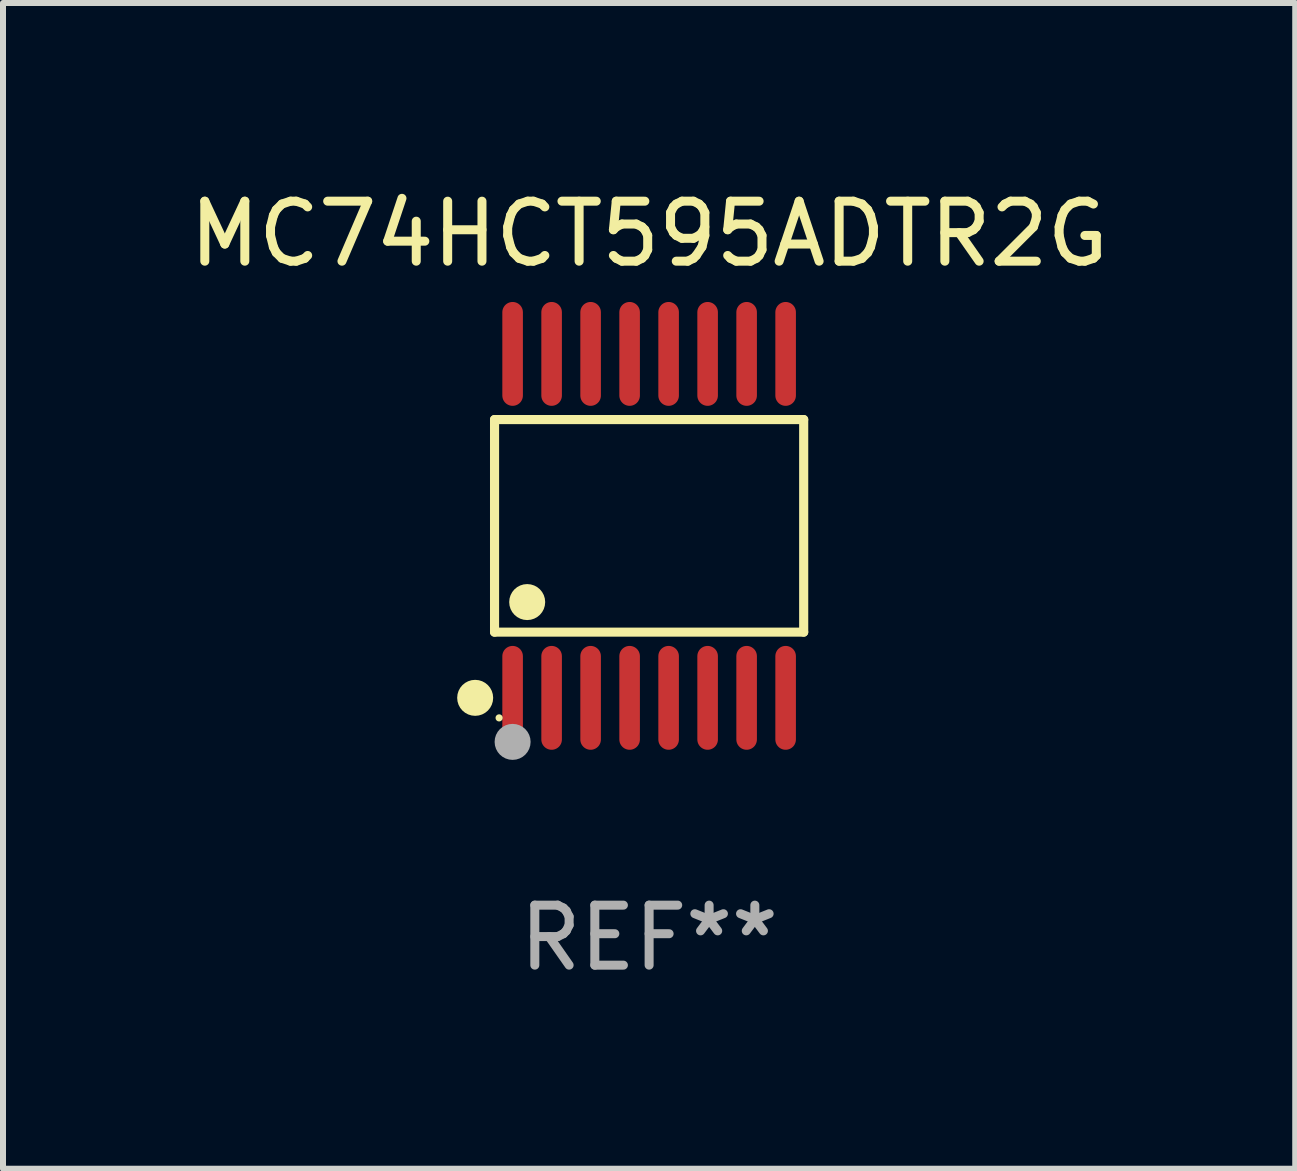
<source format=kicad_pcb>
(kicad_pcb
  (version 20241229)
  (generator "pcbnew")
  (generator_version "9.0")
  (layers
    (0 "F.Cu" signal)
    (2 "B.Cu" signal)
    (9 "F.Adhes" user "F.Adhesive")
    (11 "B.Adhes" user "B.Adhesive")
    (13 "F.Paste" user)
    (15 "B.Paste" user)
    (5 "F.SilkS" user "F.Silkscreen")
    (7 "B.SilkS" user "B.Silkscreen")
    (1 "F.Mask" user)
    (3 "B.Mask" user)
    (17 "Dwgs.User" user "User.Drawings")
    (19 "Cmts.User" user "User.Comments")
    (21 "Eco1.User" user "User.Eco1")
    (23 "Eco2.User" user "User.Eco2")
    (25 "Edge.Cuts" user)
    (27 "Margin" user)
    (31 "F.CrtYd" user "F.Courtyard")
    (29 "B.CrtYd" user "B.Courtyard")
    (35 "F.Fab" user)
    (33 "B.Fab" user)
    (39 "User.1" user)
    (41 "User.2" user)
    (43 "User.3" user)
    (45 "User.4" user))
  (footprint "MC74HCT595ADTR2G"
    (layer "F.Cu")
    (at 7.768 5.714)
    (property "Reference" "MC74HCT595ADTR2G" (at 0 -4.866 0) (layer "F.SilkS") (effects (font (size 1 1) (thickness 0.15))))
    (attr through_hole)
    (fp_line (start -2.576 -1.772) (end 2.576 -1.772) (stroke (width 0.152) (type solid)) (layer "F.SilkS"))
    (fp_line (start -2.576 1.771) (end -2.576 -1.772) (stroke (width 0.152) (type solid)) (layer "F.SilkS"))
    (fp_line (start 2.576 -1.772) (end 2.576 1.771) (stroke (width 0.152) (type solid)) (layer "F.SilkS"))
    (fp_line (start 2.576 1.771) (end -2.576 1.771) (stroke (width 0.152) (type solid)) (layer "F.SilkS"))
    (fp_circle (center -2.899 2.866) (end -2.749 2.866) (stroke (width 0.3) (type solid)) (fill no) (layer "F.SilkS"))
    (fp_circle (center -2.5 3.2) (end -2.47 3.2) (stroke (width 0.06) (type solid)) (fill no) (layer "F.SilkS"))
    (fp_circle (center -2.032 1.27) (end -1.882 1.27) (stroke (width 0.3) (type solid)) (fill no) (layer "F.SilkS"))
    (fp_circle (center -2.275 3.6) (end -2.125 3.6) (stroke (width 0.3) (type solid)) (fill no) (layer "F.Fab"))
    (fp_text user "REF**" (at 0 6.866 0) (layer "F.Fab") (effects (font (size 1 1) (thickness 0.15))))
    (pad "1" smd oval (at -2.275 2.866) (size 0.343 1.731) (layers "F.Cu" "F.Mask" "F.Paste"))
    (pad "2" smd oval (at -1.625 2.866) (size 0.343 1.731) (layers "F.Cu" "F.Mask" "F.Paste"))
    (pad "3" smd oval (at -0.975 2.866) (size 0.343 1.731) (layers "F.Cu" "F.Mask" "F.Paste"))
    (pad "4" smd oval (at -0.325 2.866) (size 0.343 1.731) (layers "F.Cu" "F.Mask" "F.Paste"))
    (pad "5" smd oval (at 0.325 2.866) (size 0.343 1.731) (layers "F.Cu" "F.Mask" "F.Paste"))
    (pad "6" smd oval (at 0.975 2.866) (size 0.343 1.731) (layers "F.Cu" "F.Mask" "F.Paste"))
    (pad "7" smd oval (at 1.625 2.866) (size 0.343 1.731) (layers "F.Cu" "F.Mask" "F.Paste"))
    (pad "8" smd oval (at 2.275 2.866) (size 0.343 1.731) (layers "F.Cu" "F.Mask" "F.Paste"))
    (pad "9" smd oval (at 2.275 -2.866) (size 0.343 1.731) (layers "F.Cu" "F.Mask" "F.Paste"))
    (pad "10" smd oval (at 1.625 -2.866) (size 0.343 1.731) (layers "F.Cu" "F.Mask" "F.Paste"))
    (pad "11" smd oval (at 0.975 -2.866) (size 0.343 1.731) (layers "F.Cu" "F.Mask" "F.Paste"))
    (pad "12" smd oval (at 0.325 -2.866) (size 0.343 1.731) (layers "F.Cu" "F.Mask" "F.Paste"))
    (pad "13" smd oval (at -0.325 -2.866) (size 0.343 1.731) (layers "F.Cu" "F.Mask" "F.Paste"))
    (pad "14" smd oval (at -0.975 -2.866) (size 0.343 1.731) (layers "F.Cu" "F.Mask" "F.Paste"))
    (pad "15" smd oval (at -1.625 -2.866) (size 0.343 1.731) (layers "F.Cu" "F.Mask" "F.Paste"))
    (pad "16" smd oval (at -2.275 -2.866) (size 0.343 1.731) (layers "F.Cu" "F.Mask" "F.Paste")))
  (gr_rect
    (start -3 -3)
    (end 18.536 16.428)
    (stroke (width 0.1) (type default))
    (fill no)
    (layer "Edge.Cuts")))
</source>
